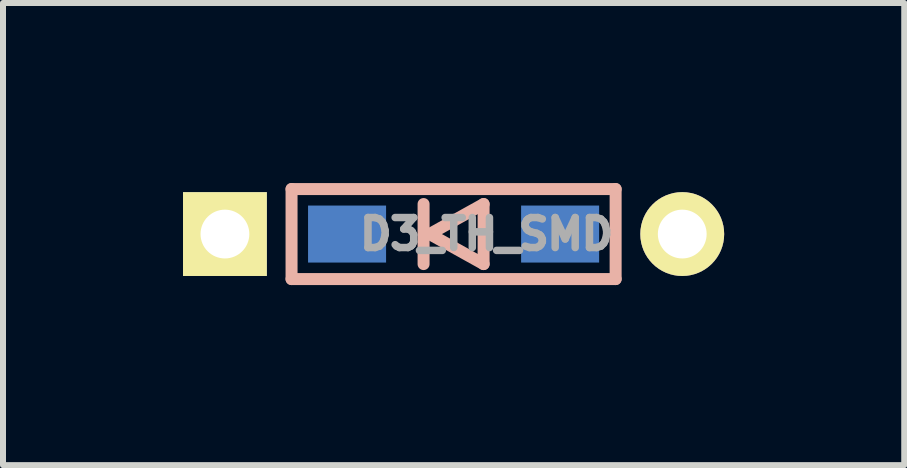
<source format=kicad_pcb>
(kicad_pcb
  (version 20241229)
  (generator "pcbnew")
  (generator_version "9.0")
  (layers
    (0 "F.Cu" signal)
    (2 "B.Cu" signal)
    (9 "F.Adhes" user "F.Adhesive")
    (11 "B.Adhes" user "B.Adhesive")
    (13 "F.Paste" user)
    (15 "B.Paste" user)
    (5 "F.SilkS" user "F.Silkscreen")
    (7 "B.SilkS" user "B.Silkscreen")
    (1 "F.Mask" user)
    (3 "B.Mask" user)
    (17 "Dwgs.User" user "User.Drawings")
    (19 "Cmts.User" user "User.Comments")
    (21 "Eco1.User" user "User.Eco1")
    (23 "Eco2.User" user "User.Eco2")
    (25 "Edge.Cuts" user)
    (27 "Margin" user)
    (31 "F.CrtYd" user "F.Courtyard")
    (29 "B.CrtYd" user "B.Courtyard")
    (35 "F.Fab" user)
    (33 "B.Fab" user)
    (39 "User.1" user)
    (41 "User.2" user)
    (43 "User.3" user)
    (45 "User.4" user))
  (footprint "D3_TH_SMD"
    (layer "F.Cu")
    (at 4.508 0.85)
    (property "Reference" "D3_TH_SMD" (at 0.55 0 0) (layer "F.Fab") (effects (font (size 0.5 0.5) (thickness 0.125))))
    (attr through_hole)
    (fp_line (start -2.7 -0.75) (end -2.7 0.75) (stroke (width 0.2) (type solid)) (layer "B.SilkS"))
    (fp_line (start -2.7 0.75) (end 2.7 0.75) (stroke (width 0.2) (type solid)) (layer "B.SilkS"))
    (fp_line (start -0.5 -0.5) (end -0.5 0.5) (stroke (width 0.2) (type solid)) (layer "B.SilkS"))
    (fp_line (start -0.4 0) (end 0.5 -0.5) (stroke (width 0.2) (type solid)) (layer "B.SilkS"))
    (fp_line (start 0.5 -0.5) (end 0.5 0.5) (stroke (width 0.2) (type solid)) (layer "B.SilkS"))
    (fp_line (start 0.5 0.5) (end -0.4 0) (stroke (width 0.2) (type solid)) (layer "B.SilkS"))
    (fp_line (start 2.7 -0.75) (end -2.7 -0.75) (stroke (width 0.2) (type solid)) (layer "B.SilkS"))
    (fp_line (start 2.7 0.75) (end 2.7 -0.75) (stroke (width 0.2) (type solid)) (layer "B.SilkS"))
    (pad "1" thru_hole rect (at -3.81 0) (size 1.397 1.397) (drill 0.813) (layers "*.Cu" "*.Mask" "F.SilkS"))
    (pad "1" smd rect (at -1.775 0) (size 1.3 0.95) (layers "B.Cu" "B.Mask" "B.Paste"))
    (pad "2" smd rect (at 1.775 0) (size 1.3 0.95) (layers "B.Cu" "B.Mask" "B.Paste"))
    (pad "2" thru_hole circle (at 3.81 0) (size 1.397 1.397) (drill 0.813) (layers "*.Cu" "*.Mask" "F.SilkS")))
  (gr_rect
    (start -3 -3)
    (end 12.017 4.7)
    (stroke (width 0.1) (type default))
    (fill no)
    (layer "Edge.Cuts")))
</source>
